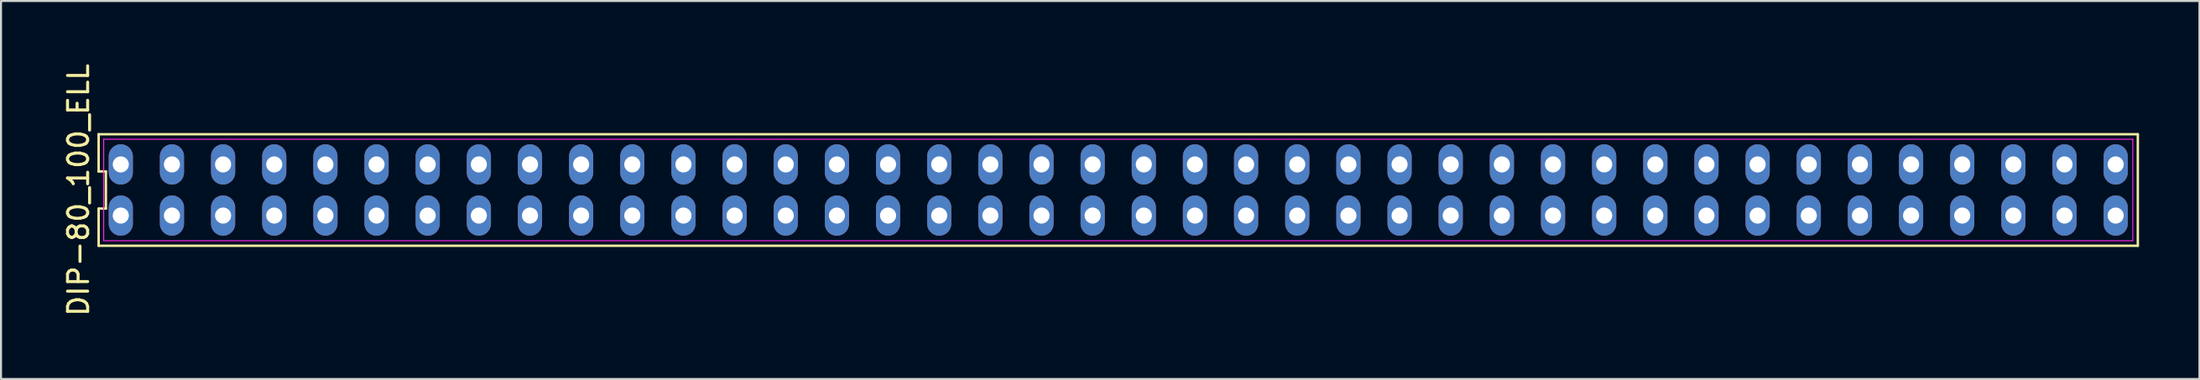
<source format=kicad_pcb>
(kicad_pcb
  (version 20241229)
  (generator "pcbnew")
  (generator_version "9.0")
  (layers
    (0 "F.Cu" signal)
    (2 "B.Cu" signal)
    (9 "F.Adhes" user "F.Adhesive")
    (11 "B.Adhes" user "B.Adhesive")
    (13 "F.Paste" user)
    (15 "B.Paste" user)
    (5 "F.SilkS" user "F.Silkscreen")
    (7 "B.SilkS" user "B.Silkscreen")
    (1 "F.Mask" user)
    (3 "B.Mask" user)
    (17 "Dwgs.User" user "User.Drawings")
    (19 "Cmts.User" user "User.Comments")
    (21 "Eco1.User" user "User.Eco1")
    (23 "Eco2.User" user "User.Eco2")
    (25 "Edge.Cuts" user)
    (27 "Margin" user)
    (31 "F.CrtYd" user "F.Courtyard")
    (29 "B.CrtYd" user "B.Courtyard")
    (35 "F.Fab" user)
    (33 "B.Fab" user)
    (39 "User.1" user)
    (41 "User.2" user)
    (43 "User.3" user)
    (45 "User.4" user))
  (footprint "DIP-80_100_ELL"
    (layer "F.Cu")
    (at 52.478 6.387)
    (property "Reference" "DIP-80_100_ELL" (at -51.63 0 90) (layer "F.SilkS") (effects (font (size 1 1) (thickness 0.15))))
    (fp_line (start -50.63 -2.77) (end -50.63 -0.923) (stroke (width 0.12) (type solid)) (layer "F.SilkS"))
    (fp_line (start -50.63 -0.923) (end -50.27 -0.923) (stroke (width 0.12) (type solid)) (layer "F.SilkS"))
    (fp_line (start -50.63 0.923) (end -50.63 2.77) (stroke (width 0.12) (type solid)) (layer "F.SilkS"))
    (fp_line (start -50.63 2.77) (end 50.63 2.77) (stroke (width 0.12) (type solid)) (layer "F.SilkS"))
    (fp_line (start -50.27 -0.923) (end -50.27 0.923) (stroke (width 0.12) (type solid)) (layer "F.SilkS"))
    (fp_line (start -50.27 0.923) (end -50.63 0.923) (stroke (width 0.12) (type solid)) (layer "F.SilkS"))
    (fp_line (start 50.63 -2.77) (end -50.63 -2.77) (stroke (width 0.12) (type solid)) (layer "F.SilkS"))
    (fp_line (start 50.63 2.77) (end 50.63 -2.77) (stroke (width 0.12) (type solid)) (layer "F.SilkS"))
    (fp_line (start -50.38 -2.52) (end 50.38 -2.52) (stroke (width 0.05) (type solid)) (layer "F.CrtYd"))
    (fp_line (start -50.38 2.52) (end -50.38 -2.52) (stroke (width 0.05) (type solid)) (layer "F.CrtYd"))
    (fp_line (start 50.38 -2.52) (end 50.38 2.52) (stroke (width 0.05) (type solid)) (layer "F.CrtYd"))
    (fp_line (start 50.38 2.52) (end -50.38 2.52) (stroke (width 0.05) (type solid)) (layer "F.CrtYd"))
    (pad "1" thru_hole oval (at -49.53 1.27) (size 1.2 2) (drill 0.8) (layers "*.Cu" "*.Mask"))
    (pad "2" thru_hole oval (at -46.99 1.27) (size 1.2 2) (drill 0.8) (layers "*.Cu" "*.Mask"))
    (pad "3" thru_hole oval (at -44.45 1.27) (size 1.2 2) (drill 0.8) (layers "*.Cu" "*.Mask"))
    (pad "4" thru_hole oval (at -41.91 1.27) (size 1.2 2) (drill 0.8) (layers "*.Cu" "*.Mask"))
    (pad "5" thru_hole oval (at -39.37 1.27) (size 1.2 2) (drill 0.8) (layers "*.Cu" "*.Mask"))
    (pad "6" thru_hole oval (at -36.83 1.27) (size 1.2 2) (drill 0.8) (layers "*.Cu" "*.Mask"))
    (pad "7" thru_hole oval (at -34.29 1.27) (size 1.2 2) (drill 0.8) (layers "*.Cu" "*.Mask"))
    (pad "8" thru_hole oval (at -31.75 1.27) (size 1.2 2) (drill 0.8) (layers "*.Cu" "*.Mask"))
    (pad "9" thru_hole oval (at -29.21 1.27) (size 1.2 2) (drill 0.8) (layers "*.Cu" "*.Mask"))
    (pad "10" thru_hole oval (at -26.67 1.27) (size 1.2 2) (drill 0.8) (layers "*.Cu" "*.Mask"))
    (pad "11" thru_hole oval (at -24.13 1.27) (size 1.2 2) (drill 0.8) (layers "*.Cu" "*.Mask"))
    (pad "12" thru_hole oval (at -21.59 1.27) (size 1.2 2) (drill 0.8) (layers "*.Cu" "*.Mask"))
    (pad "13" thru_hole oval (at -19.05 1.27) (size 1.2 2) (drill 0.8) (layers "*.Cu" "*.Mask"))
    (pad "14" thru_hole oval (at -16.51 1.27) (size 1.2 2) (drill 0.8) (layers "*.Cu" "*.Mask"))
    (pad "15" thru_hole oval (at -13.97 1.27) (size 1.2 2) (drill 0.8) (layers "*.Cu" "*.Mask"))
    (pad "16" thru_hole oval (at -11.43 1.27) (size 1.2 2) (drill 0.8) (layers "*.Cu" "*.Mask"))
    (pad "17" thru_hole oval (at -8.89 1.27) (size 1.2 2) (drill 0.8) (layers "*.Cu" "*.Mask"))
    (pad "18" thru_hole oval (at -6.35 1.27) (size 1.2 2) (drill 0.8) (layers "*.Cu" "*.Mask"))
    (pad "19" thru_hole oval (at -3.81 1.27) (size 1.2 2) (drill 0.8) (layers "*.Cu" "*.Mask"))
    (pad "20" thru_hole oval (at -1.27 1.27) (size 1.2 2) (drill 0.8) (layers "*.Cu" "*.Mask"))
    (pad "21" thru_hole oval (at 1.27 1.27) (size 1.2 2) (drill 0.8) (layers "*.Cu" "*.Mask"))
    (pad "22" thru_hole oval (at 3.81 1.27) (size 1.2 2) (drill 0.8) (layers "*.Cu" "*.Mask"))
    (pad "23" thru_hole oval (at 6.35 1.27) (size 1.2 2) (drill 0.8) (layers "*.Cu" "*.Mask"))
    (pad "24" thru_hole oval (at 8.89 1.27) (size 1.2 2) (drill 0.8) (layers "*.Cu" "*.Mask"))
    (pad "25" thru_hole oval (at 11.43 1.27) (size 1.2 2) (drill 0.8) (layers "*.Cu" "*.Mask"))
    (pad "26" thru_hole oval (at 13.97 1.27) (size 1.2 2) (drill 0.8) (layers "*.Cu" "*.Mask"))
    (pad "27" thru_hole oval (at 16.51 1.27) (size 1.2 2) (drill 0.8) (layers "*.Cu" "*.Mask"))
    (pad "28" thru_hole oval (at 19.05 1.27) (size 1.2 2) (drill 0.8) (layers "*.Cu" "*.Mask"))
    (pad "29" thru_hole oval (at 21.59 1.27) (size 1.2 2) (drill 0.8) (layers "*.Cu" "*.Mask"))
    (pad "30" thru_hole oval (at 24.13 1.27) (size 1.2 2) (drill 0.8) (layers "*.Cu" "*.Mask"))
    (pad "31" thru_hole oval (at 26.67 1.27) (size 1.2 2) (drill 0.8) (layers "*.Cu" "*.Mask"))
    (pad "32" thru_hole oval (at 29.21 1.27) (size 1.2 2) (drill 0.8) (layers "*.Cu" "*.Mask"))
    (pad "33" thru_hole oval (at 31.75 1.27) (size 1.2 2) (drill 0.8) (layers "*.Cu" "*.Mask"))
    (pad "34" thru_hole oval (at 34.29 1.27) (size 1.2 2) (drill 0.8) (layers "*.Cu" "*.Mask"))
    (pad "35" thru_hole oval (at 36.83 1.27) (size 1.2 2) (drill 0.8) (layers "*.Cu" "*.Mask"))
    (pad "36" thru_hole oval (at 39.37 1.27) (size 1.2 2) (drill 0.8) (layers "*.Cu" "*.Mask"))
    (pad "37" thru_hole oval (at 41.91 1.27) (size 1.2 2) (drill 0.8) (layers "*.Cu" "*.Mask"))
    (pad "38" thru_hole oval (at 44.45 1.27) (size 1.2 2) (drill 0.8) (layers "*.Cu" "*.Mask"))
    (pad "39" thru_hole oval (at 46.99 1.27) (size 1.2 2) (drill 0.8) (layers "*.Cu" "*.Mask"))
    (pad "40" thru_hole oval (at 49.53 1.27) (size 1.2 2) (drill 0.8) (layers "*.Cu" "*.Mask"))
    (pad "41" thru_hole oval (at 49.53 -1.27) (size 1.2 2) (drill 0.8) (layers "*.Cu" "*.Mask"))
    (pad "42" thru_hole oval (at 46.99 -1.27) (size 1.2 2) (drill 0.8) (layers "*.Cu" "*.Mask"))
    (pad "43" thru_hole oval (at 44.45 -1.27) (size 1.2 2) (drill 0.8) (layers "*.Cu" "*.Mask"))
    (pad "44" thru_hole oval (at 41.91 -1.27) (size 1.2 2) (drill 0.8) (layers "*.Cu" "*.Mask"))
    (pad "45" thru_hole oval (at 39.37 -1.27) (size 1.2 2) (drill 0.8) (layers "*.Cu" "*.Mask"))
    (pad "46" thru_hole oval (at 36.83 -1.27) (size 1.2 2) (drill 0.8) (layers "*.Cu" "*.Mask"))
    (pad "47" thru_hole oval (at 34.29 -1.27) (size 1.2 2) (drill 0.8) (layers "*.Cu" "*.Mask"))
    (pad "48" thru_hole oval (at 31.75 -1.27) (size 1.2 2) (drill 0.8) (layers "*.Cu" "*.Mask"))
    (pad "49" thru_hole oval (at 29.21 -1.27) (size 1.2 2) (drill 0.8) (layers "*.Cu" "*.Mask"))
    (pad "50" thru_hole oval (at 26.67 -1.27) (size 1.2 2) (drill 0.8) (layers "*.Cu" "*.Mask"))
    (pad "51" thru_hole oval (at 24.13 -1.27) (size 1.2 2) (drill 0.8) (layers "*.Cu" "*.Mask"))
    (pad "52" thru_hole oval (at 21.59 -1.27) (size 1.2 2) (drill 0.8) (layers "*.Cu" "*.Mask"))
    (pad "53" thru_hole oval (at 19.05 -1.27) (size 1.2 2) (drill 0.8) (layers "*.Cu" "*.Mask"))
    (pad "54" thru_hole oval (at 16.51 -1.27) (size 1.2 2) (drill 0.8) (layers "*.Cu" "*.Mask"))
    (pad "55" thru_hole oval (at 13.97 -1.27) (size 1.2 2) (drill 0.8) (layers "*.Cu" "*.Mask"))
    (pad "56" thru_hole oval (at 11.43 -1.27) (size 1.2 2) (drill 0.8) (layers "*.Cu" "*.Mask"))
    (pad "57" thru_hole oval (at 8.89 -1.27) (size 1.2 2) (drill 0.8) (layers "*.Cu" "*.Mask"))
    (pad "58" thru_hole oval (at 6.35 -1.27) (size 1.2 2) (drill 0.8) (layers "*.Cu" "*.Mask"))
    (pad "59" thru_hole oval (at 3.81 -1.27) (size 1.2 2) (drill 0.8) (layers "*.Cu" "*.Mask"))
    (pad "60" thru_hole oval (at 1.27 -1.27) (size 1.2 2) (drill 0.8) (layers "*.Cu" "*.Mask"))
    (pad "61" thru_hole oval (at -1.27 -1.27) (size 1.2 2) (drill 0.8) (layers "*.Cu" "*.Mask"))
    (pad "62" thru_hole oval (at -3.81 -1.27) (size 1.2 2) (drill 0.8) (layers "*.Cu" "*.Mask"))
    (pad "63" thru_hole oval (at -6.35 -1.27) (size 1.2 2) (drill 0.8) (layers "*.Cu" "*.Mask"))
    (pad "64" thru_hole oval (at -8.89 -1.27) (size 1.2 2) (drill 0.8) (layers "*.Cu" "*.Mask"))
    (pad "65" thru_hole oval (at -11.43 -1.27) (size 1.2 2) (drill 0.8) (layers "*.Cu" "*.Mask"))
    (pad "66" thru_hole oval (at -13.97 -1.27) (size 1.2 2) (drill 0.8) (layers "*.Cu" "*.Mask"))
    (pad "67" thru_hole oval (at -16.51 -1.27) (size 1.2 2) (drill 0.8) (layers "*.Cu" "*.Mask"))
    (pad "68" thru_hole oval (at -19.05 -1.27) (size 1.2 2) (drill 0.8) (layers "*.Cu" "*.Mask"))
    (pad "69" thru_hole oval (at -21.59 -1.27) (size 1.2 2) (drill 0.8) (layers "*.Cu" "*.Mask"))
    (pad "70" thru_hole oval (at -24.13 -1.27) (size 1.2 2) (drill 0.8) (layers "*.Cu" "*.Mask"))
    (pad "71" thru_hole oval (at -26.67 -1.27) (size 1.2 2) (drill 0.8) (layers "*.Cu" "*.Mask"))
    (pad "72" thru_hole oval (at -29.21 -1.27) (size 1.2 2) (drill 0.8) (layers "*.Cu" "*.Mask"))
    (pad "73" thru_hole oval (at -31.75 -1.27) (size 1.2 2) (drill 0.8) (layers "*.Cu" "*.Mask"))
    (pad "74" thru_hole oval (at -34.29 -1.27) (size 1.2 2) (drill 0.8) (layers "*.Cu" "*.Mask"))
    (pad "75" thru_hole oval (at -36.83 -1.27) (size 1.2 2) (drill 0.8) (layers "*.Cu" "*.Mask"))
    (pad "76" thru_hole oval (at -39.37 -1.27) (size 1.2 2) (drill 0.8) (layers "*.Cu" "*.Mask"))
    (pad "77" thru_hole oval (at -41.91 -1.27) (size 1.2 2) (drill 0.8) (layers "*.Cu" "*.Mask"))
    (pad "78" thru_hole oval (at -44.45 -1.27) (size 1.2 2) (drill 0.8) (layers "*.Cu" "*.Mask"))
    (pad "79" thru_hole oval (at -46.99 -1.27) (size 1.2 2) (drill 0.8) (layers "*.Cu" "*.Mask"))
    (pad "80" thru_hole oval (at -49.53 -1.27) (size 1.2 2) (drill 0.8) (layers "*.Cu" "*.Mask")))
  (gr_rect
    (start -3 -3)
    (end 106.168 15.774)
    (stroke (width 0.1) (type default))
    (fill no)
    (layer "Edge.Cuts")))
</source>
